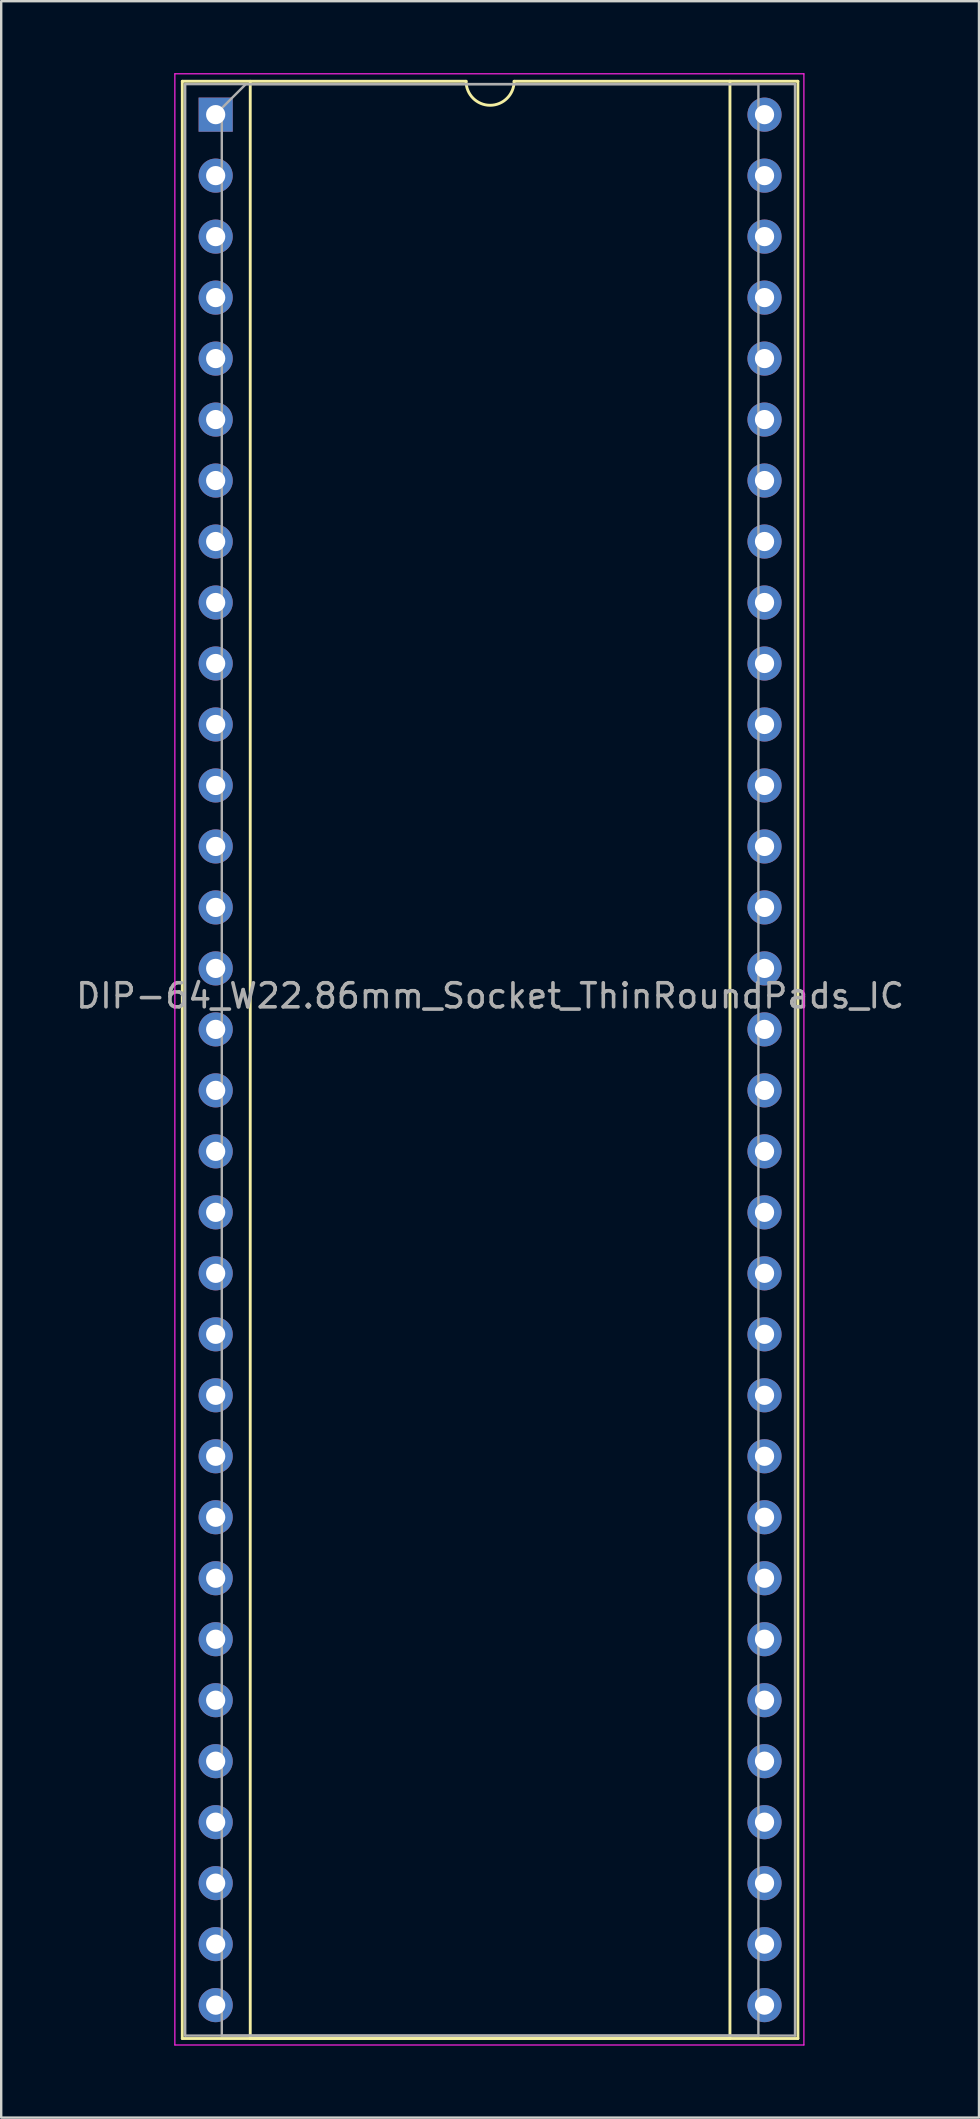
<source format=kicad_pcb>
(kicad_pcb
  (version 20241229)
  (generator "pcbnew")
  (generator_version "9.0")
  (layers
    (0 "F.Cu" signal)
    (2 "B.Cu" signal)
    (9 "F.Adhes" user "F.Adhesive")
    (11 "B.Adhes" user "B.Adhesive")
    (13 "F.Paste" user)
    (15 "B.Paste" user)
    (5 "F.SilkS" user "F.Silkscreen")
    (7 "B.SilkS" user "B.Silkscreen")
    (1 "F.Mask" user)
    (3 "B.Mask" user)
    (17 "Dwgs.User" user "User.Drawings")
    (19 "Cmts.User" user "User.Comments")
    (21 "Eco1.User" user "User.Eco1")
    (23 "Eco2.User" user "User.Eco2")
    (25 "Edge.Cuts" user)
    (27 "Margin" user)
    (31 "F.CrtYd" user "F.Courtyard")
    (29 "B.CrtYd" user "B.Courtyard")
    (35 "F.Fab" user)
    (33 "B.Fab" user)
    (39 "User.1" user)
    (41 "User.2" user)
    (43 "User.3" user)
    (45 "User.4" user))
  (footprint "DIP-64_W22.86mm_Socket_ThinRoundPads_IC"
    (layer "F.Cu")
    (at 5.933 1.725)
    (property "Reference" "DIP-64_W22.86mm_Socket_ThinRoundPads_IC" (at 11.43 36.703 0) (layer "F.Fab") (effects (font (size 1 1) (thickness 0.15))))
    (attr through_hole)
    (fp_line (start -1.39 -1.39) (end -1.39 80.13) (stroke (width 0.12) (type solid)) (layer "F.SilkS"))
    (fp_line (start -1.39 80.13) (end 24.25 80.13) (stroke (width 0.12) (type solid)) (layer "F.SilkS"))
    (fp_line (start 1.44 -1.39) (end 1.44 80.13) (stroke (width 0.12) (type solid)) (layer "F.SilkS"))
    (fp_line (start 1.44 80.13) (end 21.42 80.13) (stroke (width 0.12) (type solid)) (layer "F.SilkS"))
    (fp_line (start 10.43 -1.39) (end -1.39 -1.39) (stroke (width 0.12) (type solid)) (layer "F.SilkS"))
    (fp_line (start 21.42 80.13) (end 21.42 -1.39) (stroke (width 0.12) (type solid)) (layer "F.SilkS"))
    (fp_line (start 24.25 -1.39) (end 12.43 -1.39) (stroke (width 0.12) (type solid)) (layer "F.SilkS"))
    (fp_line (start 24.25 80.13) (end 24.25 -1.39) (stroke (width 0.12) (type solid)) (layer "F.SilkS"))
    (fp_arc (start 12.43 -1.39) (mid 11.43 -0.39) (end 10.43 -1.39) (stroke (width 0.12) (type solid)) (layer "F.SilkS"))
    (fp_line (start -1.7 -1.7) (end -1.7 80.4) (stroke (width 0.05) (type solid)) (layer "F.CrtYd"))
    (fp_line (start -1.7 80.4) (end 24.5 80.4) (stroke (width 0.05) (type solid)) (layer "F.CrtYd"))
    (fp_line (start 24.5 -1.7) (end -1.7 -1.7) (stroke (width 0.05) (type solid)) (layer "F.CrtYd"))
    (fp_line (start 24.5 80.4) (end 24.5 -1.7) (stroke (width 0.05) (type solid)) (layer "F.CrtYd"))
    (fp_line (start -1.27 -1.27) (end -1.27 80.01) (stroke (width 0.1) (type solid)) (layer "F.Fab"))
    (fp_line (start -1.27 80.01) (end 24.13 80.01) (stroke (width 0.1) (type solid)) (layer "F.Fab"))
    (fp_line (start 0.255 -0.27) (end 1.255 -1.27) (stroke (width 0.1) (type solid)) (layer "F.Fab"))
    (fp_line (start 0.255 80.01) (end 0.255 -0.27) (stroke (width 0.1) (type solid)) (layer "F.Fab"))
    (fp_line (start 1.255 -1.27) (end 22.605 -1.27) (stroke (width 0.1) (type solid)) (layer "F.Fab"))
    (fp_line (start 22.605 -1.27) (end 22.605 80.01) (stroke (width 0.1) (type solid)) (layer "F.Fab"))
    (fp_line (start 22.605 80.01) (end 0.255 80.01) (stroke (width 0.1) (type solid)) (layer "F.Fab"))
    (fp_line (start 24.13 -1.27) (end -1.27 -1.27) (stroke (width 0.1) (type solid)) (layer "F.Fab"))
    (fp_line (start 24.13 80.01) (end 24.13 -1.27) (stroke (width 0.1) (type solid)) (layer "F.Fab"))
    (pad "1" thru_hole rect (at 0 0) (size 1.422 1.422) (drill 0.8) (layers "*.Cu" "*.Mask"))
    (pad "2" thru_hole circle (at 0 2.54) (size 1.422 1.422) (drill 0.8) (layers "*.Cu" "*.Mask"))
    (pad "3" thru_hole circle (at 0 5.08) (size 1.422 1.422) (drill 0.8) (layers "*.Cu" "*.Mask"))
    (pad "4" thru_hole circle (at 0 7.62) (size 1.422 1.422) (drill 0.8) (layers "*.Cu" "*.Mask"))
    (pad "5" thru_hole circle (at 0 10.16) (size 1.422 1.422) (drill 0.8) (layers "*.Cu" "*.Mask"))
    (pad "6" thru_hole circle (at 0 12.7) (size 1.422 1.422) (drill 0.8) (layers "*.Cu" "*.Mask"))
    (pad "7" thru_hole circle (at 0 15.24) (size 1.422 1.422) (drill 0.8) (layers "*.Cu" "*.Mask"))
    (pad "8" thru_hole circle (at 0 17.78) (size 1.422 1.422) (drill 0.8) (layers "*.Cu" "*.Mask"))
    (pad "9" thru_hole circle (at 0 20.32) (size 1.422 1.422) (drill 0.8) (layers "*.Cu" "*.Mask"))
    (pad "10" thru_hole circle (at 0 22.86) (size 1.422 1.422) (drill 0.8) (layers "*.Cu" "*.Mask"))
    (pad "11" thru_hole circle (at 0 25.4) (size 1.422 1.422) (drill 0.8) (layers "*.Cu" "*.Mask"))
    (pad "12" thru_hole circle (at 0 27.94) (size 1.422 1.422) (drill 0.8) (layers "*.Cu" "*.Mask"))
    (pad "13" thru_hole circle (at 0 30.48) (size 1.422 1.422) (drill 0.8) (layers "*.Cu" "*.Mask"))
    (pad "14" thru_hole circle (at 0 33.02) (size 1.422 1.422) (drill 0.8) (layers "*.Cu" "*.Mask"))
    (pad "15" thru_hole circle (at 0 35.56) (size 1.422 1.422) (drill 0.8) (layers "*.Cu" "*.Mask"))
    (pad "16" thru_hole circle (at 0 38.1) (size 1.422 1.422) (drill 0.8) (layers "*.Cu" "*.Mask"))
    (pad "17" thru_hole circle (at 0 40.64) (size 1.422 1.422) (drill 0.8) (layers "*.Cu" "*.Mask"))
    (pad "18" thru_hole circle (at 0 43.18) (size 1.422 1.422) (drill 0.8) (layers "*.Cu" "*.Mask"))
    (pad "19" thru_hole circle (at 0 45.72) (size 1.422 1.422) (drill 0.8) (layers "*.Cu" "*.Mask"))
    (pad "20" thru_hole circle (at 0 48.26) (size 1.422 1.422) (drill 0.8) (layers "*.Cu" "*.Mask"))
    (pad "21" thru_hole circle (at 0 50.8) (size 1.422 1.422) (drill 0.8) (layers "*.Cu" "*.Mask"))
    (pad "22" thru_hole circle (at 0 53.34) (size 1.422 1.422) (drill 0.8) (layers "*.Cu" "*.Mask"))
    (pad "23" thru_hole circle (at 0 55.88) (size 1.422 1.422) (drill 0.8) (layers "*.Cu" "*.Mask"))
    (pad "24" thru_hole circle (at 0 58.42) (size 1.422 1.422) (drill 0.8) (layers "*.Cu" "*.Mask"))
    (pad "25" thru_hole circle (at 0 60.96) (size 1.422 1.422) (drill 0.8) (layers "*.Cu" "*.Mask"))
    (pad "26" thru_hole circle (at 0 63.5) (size 1.422 1.422) (drill 0.8) (layers "*.Cu" "*.Mask"))
    (pad "27" thru_hole circle (at 0 66.04) (size 1.422 1.422) (drill 0.8) (layers "*.Cu" "*.Mask"))
    (pad "28" thru_hole circle (at 0 68.58) (size 1.422 1.422) (drill 0.8) (layers "*.Cu" "*.Mask"))
    (pad "29" thru_hole circle (at 0 71.12) (size 1.422 1.422) (drill 0.8) (layers "*.Cu" "*.Mask"))
    (pad "30" thru_hole circle (at 0 73.66) (size 1.422 1.422) (drill 0.8) (layers "*.Cu" "*.Mask"))
    (pad "31" thru_hole circle (at 0 76.2) (size 1.422 1.422) (drill 0.8) (layers "*.Cu" "*.Mask"))
    (pad "32" thru_hole circle (at 0 78.74) (size 1.422 1.422) (drill 0.8) (layers "*.Cu" "*.Mask"))
    (pad "33" thru_hole circle (at 22.86 78.74) (size 1.422 1.422) (drill 0.8) (layers "*.Cu" "*.Mask"))
    (pad "34" thru_hole circle (at 22.86 76.2) (size 1.422 1.422) (drill 0.8) (layers "*.Cu" "*.Mask"))
    (pad "35" thru_hole circle (at 22.86 73.66) (size 1.422 1.422) (drill 0.8) (layers "*.Cu" "*.Mask"))
    (pad "36" thru_hole circle (at 22.86 71.12) (size 1.422 1.422) (drill 0.8) (layers "*.Cu" "*.Mask"))
    (pad "37" thru_hole circle (at 22.86 68.58) (size 1.422 1.422) (drill 0.8) (layers "*.Cu" "*.Mask"))
    (pad "38" thru_hole circle (at 22.86 66.04) (size 1.422 1.422) (drill 0.8) (layers "*.Cu" "*.Mask"))
    (pad "39" thru_hole circle (at 22.86 63.5) (size 1.422 1.422) (drill 0.8) (layers "*.Cu" "*.Mask"))
    (pad "40" thru_hole circle (at 22.86 60.96) (size 1.422 1.422) (drill 0.8) (layers "*.Cu" "*.Mask"))
    (pad "41" thru_hole circle (at 22.86 58.42) (size 1.422 1.422) (drill 0.8) (layers "*.Cu" "*.Mask"))
    (pad "42" thru_hole circle (at 22.86 55.88) (size 1.422 1.422) (drill 0.8) (layers "*.Cu" "*.Mask"))
    (pad "43" thru_hole circle (at 22.86 53.34) (size 1.422 1.422) (drill 0.8) (layers "*.Cu" "*.Mask"))
    (pad "44" thru_hole circle (at 22.86 50.8) (size 1.422 1.422) (drill 0.8) (layers "*.Cu" "*.Mask"))
    (pad "45" thru_hole circle (at 22.86 48.26) (size 1.422 1.422) (drill 0.8) (layers "*.Cu" "*.Mask"))
    (pad "46" thru_hole circle (at 22.86 45.72) (size 1.422 1.422) (drill 0.8) (layers "*.Cu" "*.Mask"))
    (pad "47" thru_hole circle (at 22.86 43.18) (size 1.422 1.422) (drill 0.8) (layers "*.Cu" "*.Mask"))
    (pad "48" thru_hole circle (at 22.86 40.64) (size 1.422 1.422) (drill 0.8) (layers "*.Cu" "*.Mask"))
    (pad "49" thru_hole circle (at 22.86 38.1) (size 1.422 1.422) (drill 0.8) (layers "*.Cu" "*.Mask"))
    (pad "50" thru_hole circle (at 22.86 35.56) (size 1.422 1.422) (drill 0.8) (layers "*.Cu" "*.Mask"))
    (pad "51" thru_hole circle (at 22.86 33.02) (size 1.422 1.422) (drill 0.8) (layers "*.Cu" "*.Mask"))
    (pad "52" thru_hole circle (at 22.86 30.48) (size 1.422 1.422) (drill 0.8) (layers "*.Cu" "*.Mask"))
    (pad "53" thru_hole circle (at 22.86 27.94) (size 1.422 1.422) (drill 0.8) (layers "*.Cu" "*.Mask"))
    (pad "54" thru_hole circle (at 22.86 25.4) (size 1.422 1.422) (drill 0.8) (layers "*.Cu" "*.Mask"))
    (pad "55" thru_hole circle (at 22.86 22.86) (size 1.422 1.422) (drill 0.8) (layers "*.Cu" "*.Mask"))
    (pad "56" thru_hole circle (at 22.86 20.32) (size 1.422 1.422) (drill 0.8) (layers "*.Cu" "*.Mask"))
    (pad "57" thru_hole circle (at 22.86 17.78) (size 1.422 1.422) (drill 0.8) (layers "*.Cu" "*.Mask"))
    (pad "58" thru_hole circle (at 22.86 15.24) (size 1.422 1.422) (drill 0.8) (layers "*.Cu" "*.Mask"))
    (pad "59" thru_hole circle (at 22.86 12.7) (size 1.422 1.422) (drill 0.8) (layers "*.Cu" "*.Mask"))
    (pad "60" thru_hole circle (at 22.86 10.16) (size 1.422 1.422) (drill 0.8) (layers "*.Cu" "*.Mask"))
    (pad "61" thru_hole circle (at 22.86 7.62) (size 1.422 1.422) (drill 0.8) (layers "*.Cu" "*.Mask"))
    (pad "62" thru_hole circle (at 22.86 5.08) (size 1.422 1.422) (drill 0.8) (layers "*.Cu" "*.Mask"))
    (pad "63" thru_hole circle (at 22.86 2.54) (size 1.422 1.422) (drill 0.8) (layers "*.Cu" "*.Mask"))
    (pad "64" thru_hole circle (at 22.86 0) (size 1.422 1.422) (drill 0.8) (layers "*.Cu" "*.Mask")))
  (gr_rect
    (start -3 -3)
    (end 37.726 85.15)
    (stroke (width 0.1) (type default))
    (fill no)
    (layer "Edge.Cuts")))
</source>
